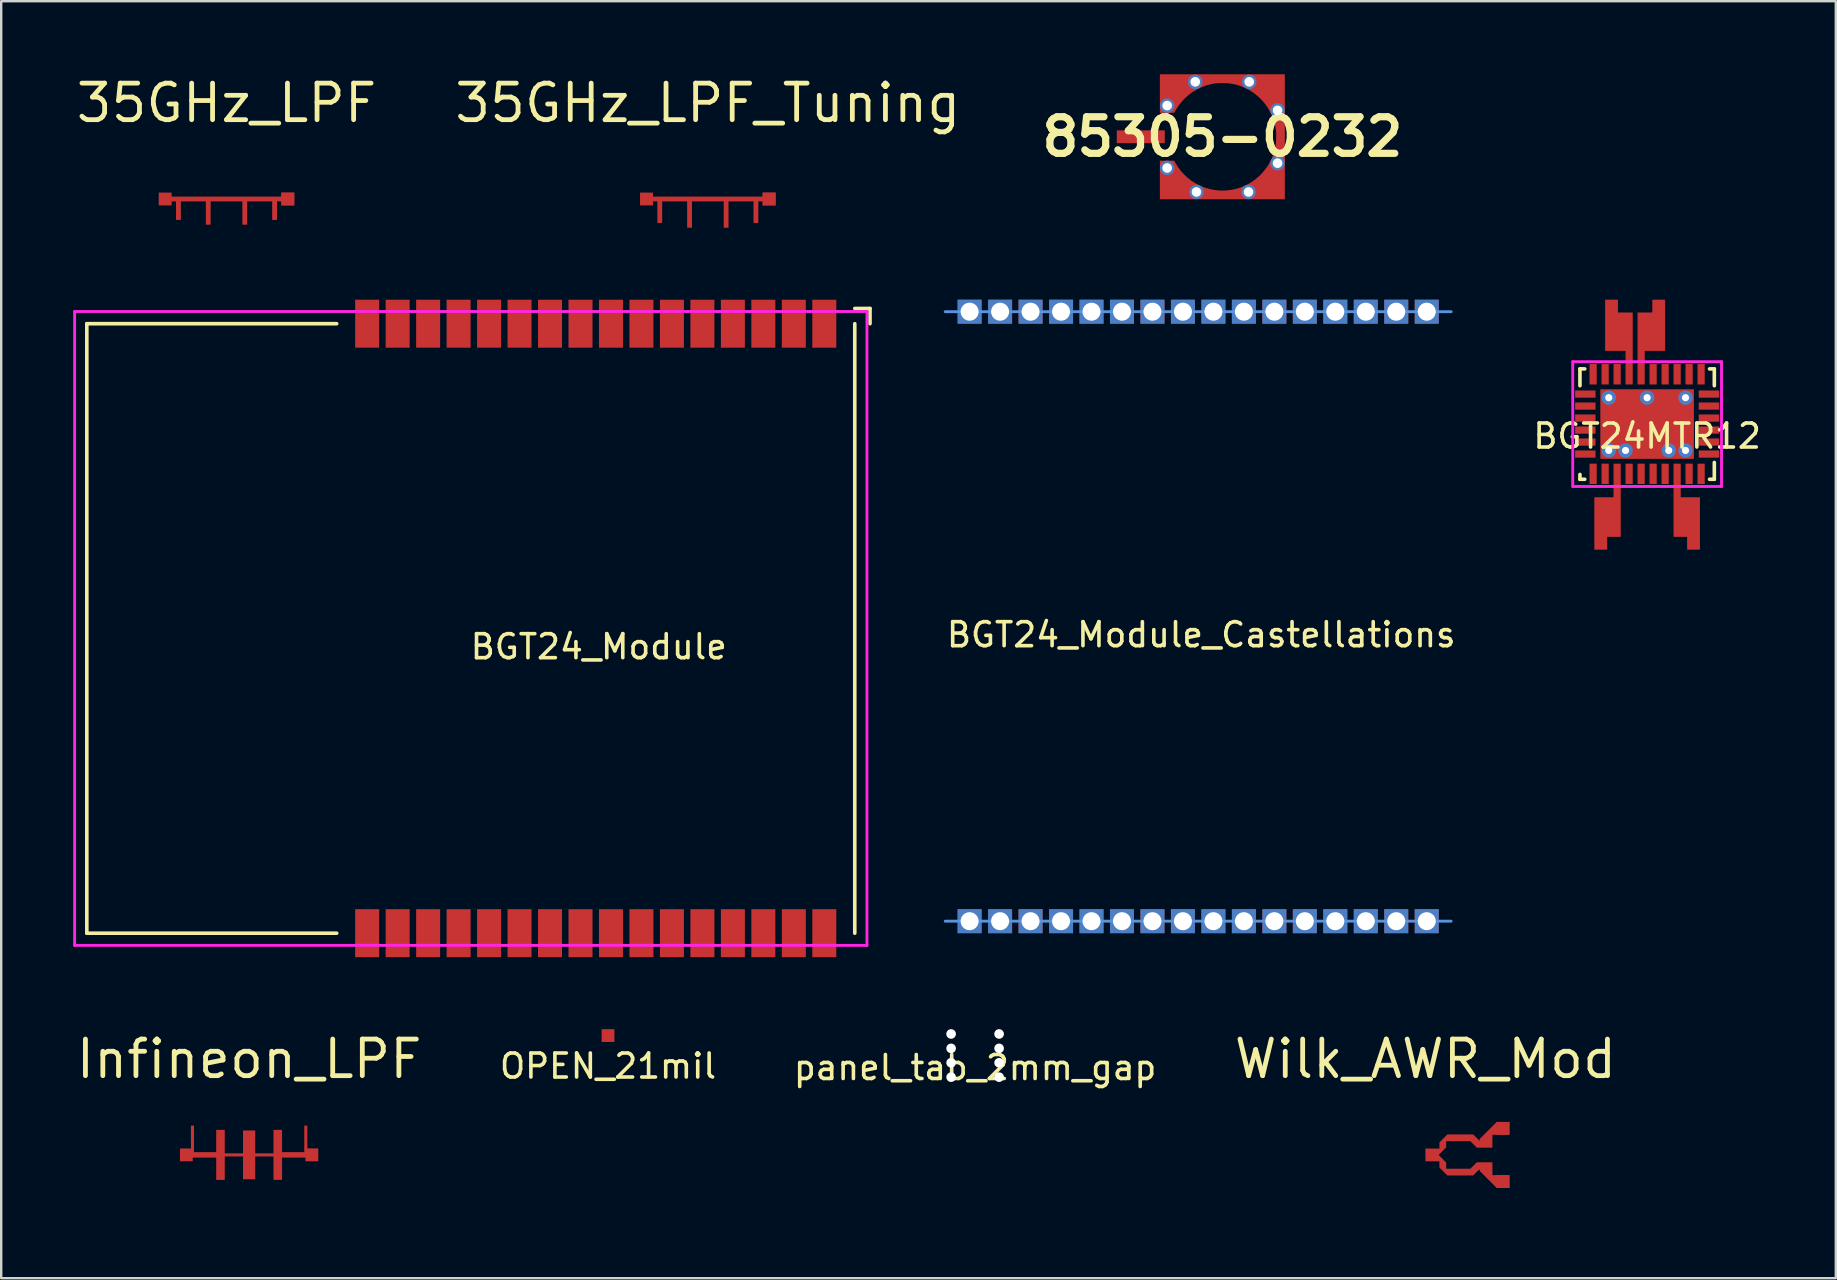
<source format=kicad_pcb>
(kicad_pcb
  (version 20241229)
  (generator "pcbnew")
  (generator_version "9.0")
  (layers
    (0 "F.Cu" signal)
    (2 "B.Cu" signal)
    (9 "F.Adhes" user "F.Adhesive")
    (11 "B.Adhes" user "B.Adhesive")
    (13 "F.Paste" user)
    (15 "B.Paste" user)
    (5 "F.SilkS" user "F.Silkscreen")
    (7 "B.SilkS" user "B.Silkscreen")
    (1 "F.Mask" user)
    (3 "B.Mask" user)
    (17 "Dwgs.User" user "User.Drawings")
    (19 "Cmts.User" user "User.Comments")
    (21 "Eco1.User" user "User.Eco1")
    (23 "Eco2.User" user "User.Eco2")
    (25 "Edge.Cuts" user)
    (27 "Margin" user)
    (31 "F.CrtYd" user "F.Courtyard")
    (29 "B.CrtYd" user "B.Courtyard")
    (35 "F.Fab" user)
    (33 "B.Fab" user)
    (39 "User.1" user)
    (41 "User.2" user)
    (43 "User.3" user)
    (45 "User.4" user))
  (footprint "BGT24_Module_Castellations"
    (layer "F.Cu")
    (at 37.358 9.94)
    (property "Reference" "BGT24_Module_Castellations" (at 9.652 13.462 0) (layer "F.SilkS") (effects (font (size 1 1) (thickness 0.15))))
    (attr through_hole)
    (fp_line (start -1.016 25.4) (end 20.066 25.4) (stroke (width 0.12) (type solid)) (layer "Cmts.User"))
    (fp_line (start 20.066 0) (end -1.016 0) (stroke (width 0.12) (type solid)) (layer "Cmts.User"))
    (pad "1" thru_hole rect (at 0 0) (size 1 1) (drill 0.75) (layers "*.Cu" "*.Mask"))
    (pad "2" thru_hole rect (at 1.27 0) (size 1 1) (drill 0.75) (layers "*.Cu" "*.Mask"))
    (pad "3" thru_hole rect (at 2.54 0) (size 1 1) (drill 0.75) (layers "*.Cu" "*.Mask"))
    (pad "4" thru_hole rect (at 3.81 0) (size 1 1) (drill 0.75) (layers "*.Cu" "*.Mask"))
    (pad "5" thru_hole rect (at 5.08 0) (size 1 1) (drill 0.75) (layers "*.Cu" "*.Mask"))
    (pad "6" thru_hole rect (at 6.35 0) (size 1 1) (drill 0.75) (layers "*.Cu" "*.Mask"))
    (pad "7" thru_hole rect (at 7.62 0) (size 1 1) (drill 0.75) (layers "*.Cu" "*.Mask"))
    (pad "8" thru_hole rect (at 8.89 0) (size 1 1) (drill 0.75) (layers "*.Cu" "*.Mask"))
    (pad "9" thru_hole rect (at 10.16 0) (size 1 1) (drill 0.75) (layers "*.Cu" "*.Mask"))
    (pad "10" thru_hole rect (at 11.43 0) (size 1 1) (drill 0.75) (layers "*.Cu" "*.Mask"))
    (pad "11" thru_hole rect (at 12.7 0) (size 1 1) (drill 0.75) (layers "*.Cu" "*.Mask"))
    (pad "12" thru_hole rect (at 13.97 0) (size 1 1) (drill 0.75) (layers "*.Cu" "*.Mask"))
    (pad "13" thru_hole rect (at 15.24 0) (size 1 1) (drill 0.75) (layers "*.Cu" "*.Mask"))
    (pad "14" thru_hole rect (at 16.51 0) (size 1 1) (drill 0.75) (layers "*.Cu" "*.Mask"))
    (pad "15" thru_hole rect (at 17.78 0) (size 1 1) (drill 0.75) (layers "*.Cu" "*.Mask"))
    (pad "16" thru_hole rect (at 19.05 0) (size 1 1) (drill 0.75) (layers "*.Cu" "*.Mask"))
    (pad "17" thru_hole rect (at 19.05 25.4 180) (size 1 1) (drill 0.75) (layers "*.Cu" "*.Mask"))
    (pad "18" thru_hole rect (at 17.78 25.4 180) (size 1 1) (drill 0.75) (layers "*.Cu" "*.Mask"))
    (pad "19" thru_hole rect (at 16.51 25.4 180) (size 1 1) (drill 0.75) (layers "*.Cu" "*.Mask"))
    (pad "20" thru_hole rect (at 15.24 25.4 180) (size 1 1) (drill 0.75) (layers "*.Cu" "*.Mask"))
    (pad "21" thru_hole rect (at 13.97 25.4 180) (size 1 1) (drill 0.75) (layers "*.Cu" "*.Mask"))
    (pad "22" thru_hole rect (at 12.7 25.4 180) (size 1 1) (drill 0.75) (layers "*.Cu" "*.Mask"))
    (pad "23" thru_hole rect (at 11.43 25.4 180) (size 1 1) (drill 0.75) (layers "*.Cu" "*.Mask"))
    (pad "24" thru_hole rect (at 10.16 25.4 180) (size 1 1) (drill 0.75) (layers "*.Cu" "*.Mask"))
    (pad "25" thru_hole rect (at 8.89 25.4 180) (size 1 1) (drill 0.75) (layers "*.Cu" "*.Mask"))
    (pad "26" thru_hole rect (at 7.62 25.4 180) (size 1 1) (drill 0.75) (layers "*.Cu" "*.Mask"))
    (pad "27" thru_hole rect (at 6.35 25.4 180) (size 1 1) (drill 0.75) (layers "*.Cu" "*.Mask"))
    (pad "28" thru_hole rect (at 5.08 25.4 180) (size 1 1) (drill 0.75) (layers "*.Cu" "*.Mask"))
    (pad "29" thru_hole rect (at 3.81 25.4 180) (size 1 1) (drill 0.75) (layers "*.Cu" "*.Mask"))
    (pad "30" thru_hole rect (at 2.54 25.4 180) (size 1 1) (drill 0.75) (layers "*.Cu" "*.Mask"))
    (pad "31" thru_hole rect (at 1.27 25.4 180) (size 1 1) (drill 0.75) (layers "*.Cu" "*.Mask"))
    (pad "32" thru_hole rect (at 0 25.4 180) (size 1 1) (drill 0.75) (layers "*.Cu" "*.Mask")))
  (footprint "Infineon_LPF"
    (layer "F.Cu")
    (at 7.332 45.082)
    (property "Reference" "Infineon_LPF" (at 0 -4 0) (layer "F.SilkS") (effects (font (size 1.524 1.524) (thickness 0.2))))
    (attr smd)
    (pad "1" smd custom (at -2.616 -0.003) (size 0.533 0.533) (layers "F.Cu" "F.Mask") (options (anchor rect)) (primitives (gr_poly (pts (xy 4.915 -0.114) (xy 4.915 -1.219) (xy 5.042 -1.219) (xy 5.042 -0.254) (xy 5.486 -0.254) (xy 5.486 0.254) (xy 4.978 0.254) (xy 4.978 0.114) (xy 3.988 0.114) (xy 3.988 1.041) (xy 3.632 1.041) (xy 3.632 0.064) (xy 2.87 0.064) (xy 2.87 1.016) (xy 2.362 1.016) (xy 2.362 0.064) (xy 1.6 0.064) (xy 1.6 1.042) (xy 1.245 1.042) (xy 1.245 0.114) (xy 0.254 0.114) (xy 0.254 0.254) (xy -0.254 0.254) (xy -0.254 -0.254) (xy 0.191 -0.254) (xy 0.191 -1.219) (xy 0.318 -1.219) (xy 0.318 -0.114) (xy 1.244 -0.114) (xy 1.244 -1.041) (xy 1.6 -1.041) (xy 1.6 -0.063) (xy 2.362 -0.063) (xy 2.362 -1.016) (xy 2.87 -1.016) (xy 2.87 -0.063) (xy 3.632 -0.063) (xy 3.632 -1.041) (xy 3.988 -1.041) (xy 3.988 -0.114) (xy 4.915 -0.114)) (width 0.001) (fill yes))))
    (pad "1" smd rect (at 2.616 -0.003) (size 0.533 0.533) (layers "F.Cu" "F.Mask")))
  (footprint "35GHz_LPF_Tuning"
    (layer "F.Cu")
    (at 26.448 5.243)
    (property "Reference" "35GHz_LPF_Tuning" (at 0 -4 0) (layer "F.SilkS") (effects (font (size 1.524 1.524) (thickness 0.2))))
    (attr through_hole)
    (pad "1" smd custom (at -2.555 0) (size 0.54 0.533) (layers "F.Cu" "F.Mask") (options (anchor rect)) (primitives (gr_poly (pts (xy 0.652 0.999) (xy 0.452 0.999) (xy 0.452 0.872) (xy 0.452 0.1) (xy 0.27 0.1) (xy 0.27 0.267) (xy -0.27 0.267) (xy -0.27 -0.267) (xy 0.27 -0.267) (xy 0.27 -0.1) (xy 4.84 -0.1) (xy 4.84 -0.267) (xy 5.38 -0.267) (xy 5.38 0.267) (xy 4.84 0.267) (xy 4.84 0.1) (xy 4.659 0.1) (xy 4.659 0.872) (xy 4.659 0.999) (xy 4.459 0.999) (xy 4.459 0.872) (xy 4.459 0.1) (xy 3.417 0.1) (xy 3.417 1.07) (xy 3.417 1.197) (xy 3.217 1.197) (xy 3.217 1.07) (xy 3.217 0.1) (xy 1.894 0.1) (xy 1.894 1.07) (xy 1.894 1.197) (xy 1.694 1.197) (xy 1.694 1.07) (xy 1.694 0.1) (xy 0.652 0.1) (xy 0.652 0.872) (xy 0.652 0.999)) (width 0) (fill yes))))
    (pad "1" smd rect (at 2.555 0) (size 0.54 0.533) (layers "F.Cu" "F.Mask")))
  (footprint "Wilk_AWR_Mod"
    (layer "F.Cu")
    (at 56.354 45.082)
    (property "Reference" "Wilk_AWR_Mod" (at 0 -4 0) (layer "F.SilkS") (effects (font (size 1.524 1.524) (thickness 0.2))))
    (attr smd)
    (fp_poly (pts (xy 2.43 -0.61) (xy 2.277 -0.61) (xy 2.277 -0.457) (xy 2.277 -0.305) (xy 2.771 -0.305) (xy 2.771 -0.61)) (stroke (width 0) (type solid)) (fill yes) (layer "F.Mask"))
    (fp_poly (pts (xy 2.433 0.305) (xy 2.281 0.305) (xy 2.281 0.457) (xy 2.281 0.61) (xy 2.774 0.61) (xy 2.774 0.305)) (stroke (width 0) (type solid)) (fill yes) (layer "F.Mask"))
    (fp_poly (pts (xy 0 -1.079) (xy 0.559 -1.618) (xy 1.974 -1.618) (xy 2.486 -2.136) (xy 4.264 -2.137) (xy 4.264 0.836) (xy 2.992 0.836) (xy 2.992 -0.841) (xy 2.041 -0.841) (xy 2.041 0.836) (xy 2.877 0.836) (xy 4.264 0.836) (xy 4.264 2.137) (xy 2.532 2.137) (xy 1.978 1.618) (xy 0.559 1.613) (xy 0 1.054)) (stroke (width 0) (type solid)) (fill yes) (layer "F.Mask"))
    (pad "1" smd custom (at 0.267 0) (size 0.533 0.533) (layers "F.Cu") (options (anchor rect)) (primitives (gr_poly (pts (xy 0.598 -0.573) (xy 1.605 -0.573) (xy 1.791 -0.388) (xy 1.872 -0.306) (xy 1.876 -0.305) (xy 1.991 -0.305) (xy 2.524 -0.305) (xy 2.524 -0.841) (xy 3.235 -0.841) (xy 3.235 -1.375) (xy 2.702 -1.375) (xy 1.991 -0.664) (xy 1.991 -0.587) (xy 1.805 -0.773) (xy 1.724 -0.854) (xy 1.721 -0.856) (xy 1.605 -0.856) (xy 0.647 -0.856) (xy 0.316 -0.524) (xy 0.316 -0.316) (xy 0.316 -0.267) (xy 0.267 -0.267) (xy -0.267 -0.267) (xy -0.267 0.267) (xy 0.267 0.267) (xy 0.316 0.267) (xy 0.316 0.316) (xy 0.316 0.524) (xy 0.647 0.856) (xy 1.605 0.856) (xy 1.721 0.856) (xy 1.724 0.854) (xy 1.805 0.773) (xy 1.991 0.587) (xy 1.991 0.664) (xy 2.702 1.375) (xy 3.235 1.375) (xy 3.235 0.841) (xy 2.524 0.841) (xy 2.524 0.305) (xy 1.991 0.305) (xy 1.876 0.305) (xy 1.872 0.306) (xy 1.791 0.388) (xy 1.605 0.573) (xy 0.598 0.573) (xy 0.598 0.316) (xy 0.283 0) (xy 0.598 -0.316) (xy 0.598 -0.573)) (width 0) (fill yes))))
    (pad "2" smd rect (at 3.235 -1.108) (size 0.533 0.533) (layers "F.Cu"))
    (pad "3" smd rect (at 3.235 1.108) (size 0.533 0.533) (layers "F.Cu")))
  (footprint "OPEN_21mil"
    (layer "F.Cu")
    (at 22.289 40.107)
    (property "Reference" "OPEN_21mil" (at 0 1.27 0) (layer "F.SilkS") (effects (font (size 1 1) (thickness 0.15))))
    (attr through_hole)
    (pad "1" smd rect (at 0 0) (size 0.533 0.533) (layers "F.Cu" "F.Mask")))
  (footprint "85305-0232"
    (layer "F.Cu")
    (at 47.891 2.65)
    (property "Reference" "85305-0232" (at 0 0 0) (layer "F.SilkS") (effects (font (size 1.524 1.524) (thickness 0.3))))
    (attr through_hole)
    (fp_poly (pts (xy -2.6 -2.6) (xy 2.6 -2.6) (xy 2.6 2.6) (xy -2.59 2.59)) (stroke (width 0.1) (type solid)) (fill yes) (layer "F.Mask"))
    (fp_poly (pts (xy -2.371 -0.762) (xy -5.051 -0.762) (xy -5.051 0.762) (xy -4.318 0.762) (xy -4.318 0.508) (xy -4.775 0.508) (xy -4.775 -0.508) (xy -4.369 -0.508) (xy -4.369 0.508) (xy -4.318 0.508) (xy -4.318 0.762) (xy -2.371 0.762)) (stroke (width 0) (type solid)) (fill yes) (layer "F.Mask"))
    (pad "1" smd rect (at -3.4 0) (size 2 0.533) (layers "F.Cu" "F.Paste"))
    (pad "2" thru_hole circle (at -2.3 -1.3) (size 0.6 0.6) (drill 0.4) (layers "*.Cu" "*.Mask"))
    (pad "2" thru_hole circle (at -2.3 1.3) (size 0.6 0.6) (drill 0.4) (layers "*.Cu" "*.Mask"))
    (pad "2" smd custom (at -2.05 -2.16) (size 0.6 0.6) (layers "F.Cu" "F.Mask" "F.Paste") (options (anchor circle)) (primitives (gr_poly (pts (xy 4.649 4.759) (xy -0.549 4.759) (xy -0.549 3.16) (xy 0.039 3.16) (xy 0.081 3.237) (xy 0.188 3.413) (xy 0.311 3.578) (xy 0.449 3.731) (xy 0.599 3.872) (xy 0.76 3.997) (xy 0.932 4.108) (xy 1.112 4.201) (xy 1.16 4.222) (xy 1.362 4.297) (xy 1.566 4.353) (xy 1.773 4.39) (xy 1.98 4.407) (xy 2.188 4.404) (xy 2.395 4.382) (xy 2.6 4.34) (xy 2.746 4.298) (xy 2.937 4.228) (xy 3.114 4.144) (xy 3.281 4.045) (xy 3.439 3.93) (xy 3.591 3.798) (xy 3.645 3.745) (xy 3.786 3.59) (xy 3.911 3.428) (xy 4.017 3.257) (xy 4.108 3.076) (xy 4.182 2.885) (xy 4.241 2.681) (xy 4.275 2.525) (xy 4.282 2.474) (xy 4.288 2.407) (xy 4.293 2.329) (xy 4.296 2.245) (xy 4.298 2.16) (xy 4.298 2.077) (xy 4.296 2.001) (xy 4.292 1.938) (xy 4.29 1.913) (xy 4.256 1.705) (xy 4.204 1.503) (xy 4.134 1.309) (xy 4.047 1.123) (xy 3.945 0.946) (xy 3.827 0.779) (xy 3.695 0.624) (xy 3.549 0.482) (xy 3.391 0.352) (xy 3.22 0.238) (xy 3.039 0.139) (xy 2.945 0.096) (xy 2.779 0.032) (xy 2.619 -0.017) (xy 2.458 -0.052) (xy 2.291 -0.073) (xy 2.115 -0.083) (xy 2.055 -0.083) (xy 1.951 -0.082) (xy 1.86 -0.078) (xy 1.778 -0.071) (xy 1.696 -0.06) (xy 1.611 -0.043) (xy 1.54 -0.028) (xy 1.408 0.008) (xy 1.269 0.057) (xy 1.128 0.116) (xy 0.992 0.181) (xy 0.868 0.252) (xy 0.825 0.278) (xy 0.66 0.398) (xy 0.505 0.533) (xy 0.362 0.683) (xy 0.233 0.845) (xy 0.12 1.016) (xy 0.081 1.083) (xy 0.039 1.16) (xy -0.549 1.16) (xy -0.549 -0.439) (xy 4.649 -0.439) (xy 4.649 4.759)) (width 0.01) (fill yes))))
    (pad "2" thru_hole circle (at -1.13 -2.29) (size 0.6 0.6) (drill 0.4) (layers "*.Cu" "*.Mask"))
    (pad "2" thru_hole circle (at -1.08 2.3) (size 0.6 0.6) (drill 0.4) (layers "*.Cu" "*.Mask"))
    (pad "2" thru_hole circle (at 1.09 2.3) (size 0.6 0.6) (drill 0.4) (layers "*.Cu" "*.Mask"))
    (pad "2" thru_hole circle (at 1.12 -2.29) (size 0.6 0.6) (drill 0.4) (layers "*.Cu" "*.Mask"))
    (pad "2" thru_hole circle (at 2.3 -1.1) (size 0.6 0.6) (drill 0.4) (layers "*.Cu" "*.Mask"))
    (pad "2" thru_hole circle (at 2.3 1.1) (size 0.6 0.6) (drill 0.4) (layers "*.Cu" "*.Mask")))
  (footprint "BGT24MTR12"
    (layer "F.Cu")
    (at 65.593 14.623)
    (property "Reference" "BGT24MTR12" (at 0 0.5 0) (layer "F.SilkS") (effects (font (size 1 1) (thickness 0.15))))
    (attr smd)
    (fp_line (start -2.8 -2.3) (end -2.8 -1.6) (stroke (width 0.15) (type solid)) (layer "F.SilkS"))
    (fp_line (start -2.8 -2.3) (end -2.6 -2.3) (stroke (width 0.15) (type solid)) (layer "F.SilkS"))
    (fp_line (start -2.8 2.1) (end -2.8 2.3) (stroke (width 0.15) (type solid)) (layer "F.SilkS"))
    (fp_line (start -2.8 2.3) (end -2.6 2.3) (stroke (width 0.15) (type solid)) (layer "F.SilkS"))
    (fp_line (start 2.6 -2.3) (end 2.8 -2.3) (stroke (width 0.15) (type solid)) (layer "F.SilkS"))
    (fp_line (start 2.8 -2.3) (end 2.8 -1.6) (stroke (width 0.15) (type solid)) (layer "F.SilkS"))
    (fp_line (start 2.8 1.6) (end 2.8 2.3) (stroke (width 0.15) (type solid)) (layer "F.SilkS"))
    (fp_line (start 2.8 2.3) (end 2.6 2.3) (stroke (width 0.15) (type solid)) (layer "F.SilkS"))
    (fp_line (start -3.1 -2.6) (end 3.1 -2.6) (stroke (width 0.12) (type solid)) (layer "F.CrtYd"))
    (fp_line (start -3.1 2.6) (end -3.1 -2.6) (stroke (width 0.12) (type solid)) (layer "F.CrtYd"))
    (fp_line (start 3.1 -2.6) (end 3.1 2.6) (stroke (width 0.12) (type solid)) (layer "F.CrtYd"))
    (fp_line (start 3.1 2.6) (end -3.1 2.6) (stroke (width 0.12) (type solid)) (layer "F.CrtYd"))
    (pad "1" smd rect (at -2.25 2.075) (size 0.3 0.85) (layers "F.Cu" "F.Mask" "F.Paste"))
    (pad "2" smd rect (at -1.75 2.075) (size 0.3 0.85) (layers "F.Cu" "F.Mask" "F.Paste"))
    (pad "3" smd custom (at -1.933 4.967) (size 0.533 0.533) (layers "F.Cu" "F.Mask" "F.Paste") (options (anchor rect)) (primitives (gr_poly (pts (xy 0.833 -0.267) (xy 0.233 -0.267) (xy 0.233 0.233) (xy -0.267 0.233) (xy -0.267 -1.917) (xy 0.533 -1.917) (xy 0.533 -3.317) (xy 0.833 -3.317)) (width 0) (fill yes))))
    (pad "4" smd rect (at -0.75 2.075) (size 0.3 0.85) (layers "F.Cu" "F.Mask" "F.Paste"))
    (pad "5" smd rect (at -0.25 2.075) (size 0.3 0.85) (layers "F.Cu" "F.Mask" "F.Paste"))
    (pad "6" smd rect (at 0.25 2.075) (size 0.3 0.85) (layers "F.Cu" "F.Mask" "F.Paste"))
    (pad "7" smd rect (at 0.75 2.075) (size 0.3 0.85) (layers "F.Cu" "F.Mask" "F.Paste"))
    (pad "8" smd custom (at 1.933 4.967) (size 0.533 0.533) (layers "F.Cu" "F.Mask" "F.Paste") (options (anchor rect)) (primitives (gr_poly (pts (xy -0.833 -0.267) (xy -0.233 -0.267) (xy -0.233 0.233) (xy 0.267 0.233) (xy 0.267 -1.917) (xy -0.533 -1.917) (xy -0.533 -3.317) (xy -0.833 -3.317)) (width 0) (fill yes))))
    (pad "9" smd rect (at 1.75 2.075) (size 0.3 0.85) (layers "F.Cu" "F.Mask" "F.Paste"))
    (pad "10" smd rect (at 2.25 2.075) (size 0.3 0.85) (layers "F.Cu" "F.Mask" "F.Paste"))
    (pad "11" smd rect (at 2.575 1.25) (size 0.85 0.3) (layers "F.Cu" "F.Mask" "F.Paste"))
    (pad "12" smd rect (at 2.575 0.75) (size 0.85 0.3) (layers "F.Cu" "F.Mask" "F.Paste"))
    (pad "13" smd rect (at 2.575 0.25) (size 0.85 0.3) (layers "F.Cu" "F.Mask" "F.Paste"))
    (pad "14" smd rect (at 2.575 -0.25) (size 0.85 0.3) (layers "F.Cu" "F.Mask" "F.Paste"))
    (pad "15" smd rect (at 2.575 -0.75) (size 0.85 0.3) (layers "F.Cu" "F.Mask" "F.Paste"))
    (pad "16" smd rect (at 2.25 -2.075) (size 0.3 0.85) (layers "F.Cu" "F.Mask" "F.Paste"))
    (pad "17" smd rect (at 2.575 -1.25) (size 0.85 0.3) (layers "F.Cu" "F.Mask" "F.Paste"))
    (pad "18" smd rect (at 1.75 -2.075) (size 0.3 0.85) (layers "F.Cu" "F.Mask" "F.Paste"))
    (pad "19" smd rect (at 1.25 -2.075) (size 0.3 0.85) (layers "F.Cu" "F.Mask" "F.Paste"))
    (pad "20" smd rect (at 0.75 -2.075) (size 0.3 0.85) (layers "F.Cu" "F.Mask" "F.Paste"))
    (pad "21" smd rect (at 0.25 -2.075) (size 0.3 0.85) (layers "F.Cu" "F.Mask" "F.Paste"))
    (pad "22" smd custom (at 0.483 -4.917) (size 0.533 0.533) (layers "F.Cu" "F.Mask" "F.Paste") (options (anchor rect)) (primitives (gr_poly (pts (xy -0.883 0.267) (xy -0.233 0.267) (xy -0.233 -0.233) (xy 0.267 -0.233) (xy 0.267 1.867) (xy -0.583 1.867) (xy -0.583 3.267) (xy -0.883 3.267)) (width 0) (fill yes))))
    (pad "23" smd custom (at -1.483 -4.917) (size 0.533 0.533) (layers "F.Cu" "F.Mask" "F.Paste") (options (anchor rect)) (primitives (gr_poly (pts (xy 0.883 0.267) (xy 0.233 0.267) (xy 0.233 -0.233) (xy -0.267 -0.233) (xy -0.267 1.867) (xy 0.583 1.867) (xy 0.583 3.267) (xy 0.883 3.267)) (width 0) (fill yes))))
    (pad "24" smd rect (at -1.25 -2.075) (size 0.3 0.85) (layers "F.Cu" "F.Mask" "F.Paste"))
    (pad "25" smd rect (at -1.75 -2.075) (size 0.3 0.85) (layers "F.Cu" "F.Mask" "F.Paste"))
    (pad "26" smd rect (at -2.25 -2.075) (size 0.3 0.85) (layers "F.Cu" "F.Mask" "F.Paste"))
    (pad "27" smd rect (at -2.575 -1.25) (size 0.85 0.3) (layers "F.Cu" "F.Mask" "F.Paste"))
    (pad "28" smd rect (at -2.575 -0.75) (size 0.85 0.3) (layers "F.Cu" "F.Mask" "F.Paste"))
    (pad "29" smd rect (at -2.575 -0.25) (size 0.85 0.3) (layers "F.Cu" "F.Mask" "F.Paste"))
    (pad "30" smd rect (at -2.575 0.25) (size 0.85 0.3) (layers "F.Cu" "F.Mask" "F.Paste"))
    (pad "31" smd rect (at -2.575 0.75) (size 0.85 0.3) (layers "F.Cu" "F.Mask" "F.Paste"))
    (pad "32" smd rect (at -2.575 1.25) (size 0.85 0.3) (layers "F.Cu" "F.Mask" "F.Paste"))
    (pad "33" thru_hole circle (at -1.6 -1.1) (size 0.6 0.6) (drill 0.3) (layers "*.Cu" "*.Mask"))
    (pad "33" thru_hole circle (at -1.6 1.1) (size 0.6 0.6) (drill 0.3) (layers "*.Cu" "*.Mask"))
    (pad "33" thru_hole circle (at -0.9 1.1) (size 0.6 0.6) (drill 0.3) (layers "*.Cu" "*.Mask"))
    (pad "33" thru_hole circle (at 0 -1.1) (size 0.6 0.6) (drill 0.3) (layers "*.Cu" "*.Mask"))
    (pad "33" smd rect (at 0 0) (size 3.9 2.9) (layers "F.Cu" "F.Mask" "F.Paste"))
    (pad "33" thru_hole circle (at 0.9 1.1) (size 0.6 0.6) (drill 0.3) (layers "*.Cu" "*.Mask"))
    (pad "33" thru_hole circle (at 1.6 -1.1) (size 0.6 0.6) (drill 0.3) (layers "*.Cu" "*.Mask"))
    (pad "33" thru_hole circle (at 1.6 1.1) (size 0.6 0.6) (drill 0.3) (layers "*.Cu" "*.Mask")))
  (footprint "35GHz_LPF"
    (layer "F.Cu")
    (at 6.389 5.243)
    (property "Reference" "35GHz_LPF" (at 0 -4 0) (layer "F.SilkS") (effects (font (size 1.524 1.524) (thickness 0.2))))
    (attr through_hole)
    (pad "1" smd custom (at -2.555 0) (size 0.54 0.533) (layers "F.Cu" "F.Mask") (options (anchor rect)) (primitives (gr_poly (pts (xy 5.38 0.267) (xy 5.38 -0.267) (xy 4.84 -0.267) (xy 4.84 -0.1) (xy 0.27 -0.1) (xy 0.27 -0.267) (xy -0.27 -0.267) (xy -0.27 0.267) (xy 0.27 0.267) (xy 0.27 0.1) (xy 0.452 0.1) (xy 0.452 0.872) (xy 0.652 0.872) (xy 0.652 0.1) (xy 1.694 0.1) (xy 1.694 1.07) (xy 1.894 1.07) (xy 1.894 0.1) (xy 3.217 0.1) (xy 3.217 1.07) (xy 3.417 1.07) (xy 3.417 0.1) (xy 4.459 0.1) (xy 4.459 0.872) (xy 4.659 0.872) (xy 4.659 0.1) (xy 4.84 0.1) (xy 4.84 0.267) (xy 5.38 0.267)) (width 0) (fill yes))))
    (pad "2" smd rect (at 2.555 0) (size 0.54 0.533) (layers "F.Cu" "F.Mask")))
  (footprint "BGT24_Module"
    (layer "F.Cu")
    (at 12.252 10.44)
    (property "Reference" "BGT24_Module" (at 9.652 13.462 0) (layer "F.SilkS") (effects (font (size 1 1) (thickness 0.15))))
    (attr through_hole)
    (fp_line (start -11.684 0) (end -11.684 25.4) (stroke (width 0.15) (type solid)) (layer "F.SilkS"))
    (fp_line (start -11.684 25.4) (end -1.27 25.4) (stroke (width 0.15) (type solid)) (layer "F.SilkS"))
    (fp_line (start -1.27 0) (end -11.684 0) (stroke (width 0.15) (type solid)) (layer "F.SilkS"))
    (fp_line (start 20.32 -0.635) (end 20.955 -0.635) (stroke (width 0.15) (type solid)) (layer "F.SilkS"))
    (fp_line (start 20.32 25.4) (end 20.32 0) (stroke (width 0.15) (type solid)) (layer "F.SilkS"))
    (fp_line (start 20.955 -0.635) (end 20.955 0) (stroke (width 0.15) (type solid)) (layer "F.SilkS"))
    (fp_line (start -12.192 -0.508) (end -12.192 25.908) (stroke (width 0.12) (type solid)) (layer "F.CrtYd"))
    (fp_line (start -12.192 25.908) (end 20.828 25.908) (stroke (width 0.12) (type solid)) (layer "F.CrtYd"))
    (fp_line (start 20.828 -0.508) (end -12.192 -0.508) (stroke (width 0.12) (type solid)) (layer "F.CrtYd"))
    (fp_line (start 20.828 25.908) (end 20.828 -0.508) (stroke (width 0.12) (type solid)) (layer "F.CrtYd"))
    (pad "1" smd rect (at 19.05 0) (size 1 2) (layers "F.Cu" "F.Mask" "F.Paste"))
    (pad "2" smd rect (at 17.78 0) (size 1 2) (layers "F.Cu" "F.Mask" "F.Paste"))
    (pad "3" smd rect (at 16.51 0) (size 1 2) (layers "F.Cu" "F.Mask" "F.Paste"))
    (pad "4" smd rect (at 15.24 0) (size 1 2) (layers "F.Cu" "F.Mask" "F.Paste"))
    (pad "5" smd rect (at 13.97 0) (size 1 2) (layers "F.Cu" "F.Mask" "F.Paste"))
    (pad "6" smd rect (at 12.7 0) (size 1 2) (layers "F.Cu" "F.Mask" "F.Paste"))
    (pad "7" smd rect (at 11.43 0) (size 1 2) (layers "F.Cu" "F.Mask" "F.Paste"))
    (pad "8" smd rect (at 10.16 0) (size 1 2) (layers "F.Cu" "F.Mask" "F.Paste"))
    (pad "9" smd rect (at 8.89 0) (size 1 2) (layers "F.Cu" "F.Mask" "F.Paste"))
    (pad "10" smd rect (at 7.62 0) (size 1 2) (layers "F.Cu" "F.Mask" "F.Paste"))
    (pad "11" smd rect (at 6.35 0) (size 1 2) (layers "F.Cu" "F.Mask" "F.Paste"))
    (pad "12" smd rect (at 5.08 0) (size 1 2) (layers "F.Cu" "F.Mask" "F.Paste"))
    (pad "13" smd rect (at 3.81 0) (size 1 2) (layers "F.Cu" "F.Mask" "F.Paste"))
    (pad "14" smd rect (at 2.54 0) (size 1 2) (layers "F.Cu" "F.Mask" "F.Paste"))
    (pad "15" smd rect (at 1.27 0) (size 1 2) (layers "F.Cu" "F.Mask" "F.Paste"))
    (pad "16" smd rect (at 0 0) (size 1 2) (layers "F.Cu" "F.Mask" "F.Paste"))
    (pad "17" smd rect (at 0 25.4 180) (size 1 2) (layers "F.Cu" "F.Mask" "F.Paste"))
    (pad "18" smd rect (at 1.27 25.4 180) (size 1 2) (layers "F.Cu" "F.Mask" "F.Paste"))
    (pad "19" smd rect (at 2.54 25.4 180) (size 1 2) (layers "F.Cu" "F.Mask" "F.Paste"))
    (pad "20" smd rect (at 3.81 25.4 180) (size 1 2) (layers "F.Cu" "F.Mask" "F.Paste"))
    (pad "21" smd rect (at 5.08 25.4 180) (size 1 2) (layers "F.Cu" "F.Mask" "F.Paste"))
    (pad "22" smd rect (at 6.35 25.4 180) (size 1 2) (layers "F.Cu" "F.Mask" "F.Paste"))
    (pad "23" smd rect (at 7.62 25.4 180) (size 1 2) (layers "F.Cu" "F.Mask" "F.Paste"))
    (pad "24" smd rect (at 8.89 25.4 180) (size 1 2) (layers "F.Cu" "F.Mask" "F.Paste"))
    (pad "25" smd rect (at 10.16 25.4 180) (size 1 2) (layers "F.Cu" "F.Mask" "F.Paste"))
    (pad "26" smd rect (at 11.43 25.4 180) (size 1 2) (layers "F.Cu" "F.Mask" "F.Paste"))
    (pad "27" smd rect (at 12.7 25.4 180) (size 1 2) (layers "F.Cu" "F.Mask" "F.Paste"))
    (pad "28" smd rect (at 13.97 25.4 180) (size 1 2) (layers "F.Cu" "F.Mask" "F.Paste"))
    (pad "29" smd rect (at 15.24 25.4 180) (size 1 2) (layers "F.Cu" "F.Mask" "F.Paste"))
    (pad "30" smd rect (at 16.51 25.4 180) (size 1 2) (layers "F.Cu" "F.Mask" "F.Paste"))
    (pad "31" smd rect (at 17.78 25.4 180) (size 1 2) (layers "F.Cu" "F.Mask" "F.Paste"))
    (pad "32" smd rect (at 19.05 25.4 180) (size 1 2) (layers "F.Cu" "F.Mask" "F.Paste")))
  (footprint "panel_tab_2mm_gap"
    (layer "F.Cu")
    (at 37.587 40.94)
    (property "Reference" "panel_tab_2mm_gap" (at 0 0.5 0) (layer "F.SilkS") (effects (font (size 1 1) (thickness 0.15))))
    (attr through_hole)
    (pad "" np_thru_hole circle (at -1 -0.9) (size 0.4 0.4) (drill 0.4) (layers "*.Cu" "*.Mask"))
    (pad "" np_thru_hole circle (at -1 -0.3) (size 0.4 0.4) (drill 0.4) (layers "*.Cu" "*.Mask"))
    (pad "" np_thru_hole circle (at -1 0.3) (size 0.4 0.4) (drill 0.4) (layers "*.Cu" "*.Mask"))
    (pad "" np_thru_hole circle (at -1 0.9) (size 0.4 0.4) (drill 0.4) (layers "*.Cu" "*.Mask"))
    (pad "" np_thru_hole circle (at 1 -0.9) (size 0.4 0.4) (drill 0.4) (layers "*.Cu" "*.Mask"))
    (pad "" np_thru_hole circle (at 1 -0.3) (size 0.4 0.4) (drill 0.4) (layers "*.Cu" "*.Mask"))
    (pad "" np_thru_hole circle (at 1 0.3) (size 0.4 0.4) (drill 0.4) (layers "*.Cu" "*.Mask"))
    (pad "" np_thru_hole circle (at 1 0.9) (size 0.4 0.4) (drill 0.4) (layers "*.Cu" "*.Mask")))
  (gr_rect
    (start -3 -3)
    (end 73.456 50.219)
    (stroke (width 0.1) (type default))
    (fill no)
    (layer "Edge.Cuts")))
</source>
